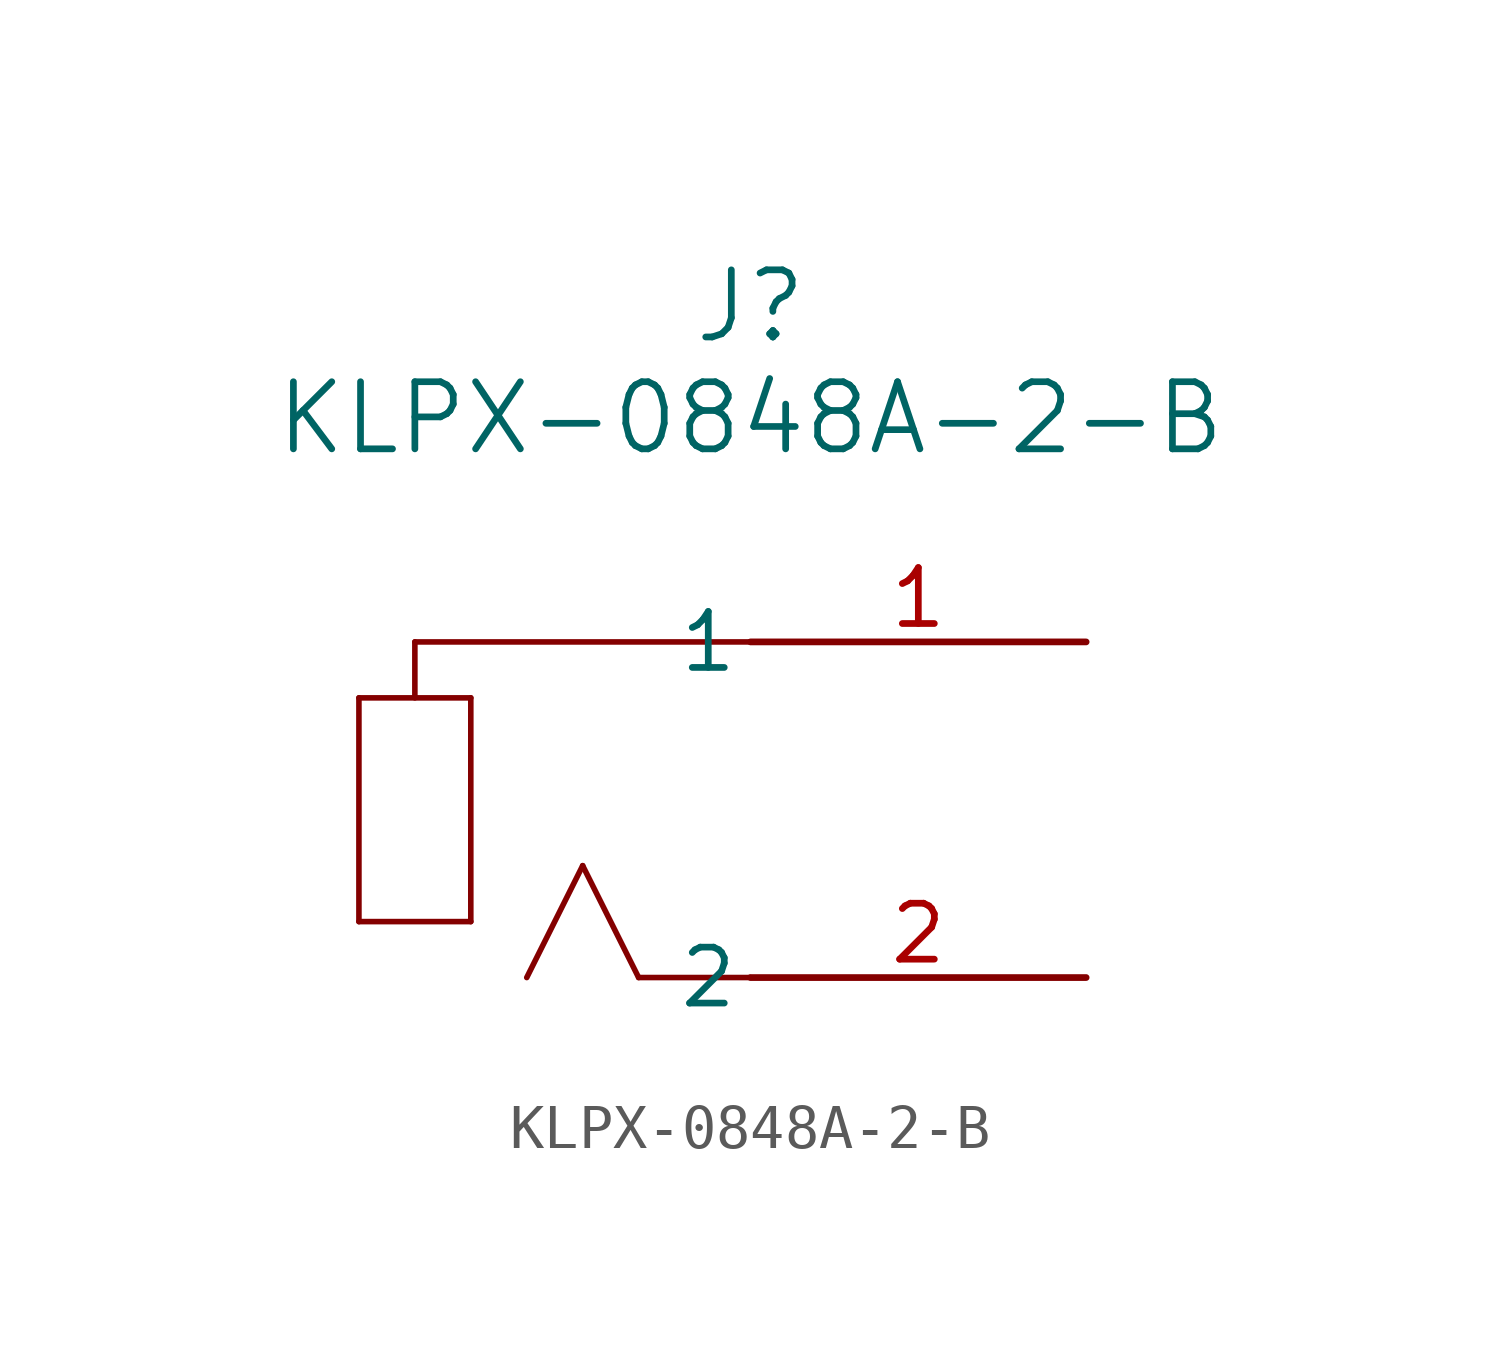
<source format=kicad_sym>
(kicad_symbol_lib
  (version 20211014)
  (generator kicad_symbol_editor)
  (symbol "KLPX-0848A-2-B"
    (pin_names
      (offset 0.254))
    (property "Reference" "J"
      (at -7.62 7.62 0)
      (effects (font (size 1.524 1.524))))
    (property "Value" "KLPX-0848A-2-B"
      (at -7.62 5.08 0)
      (effects (font (size 1.524 1.524))))
    (symbol "KLPX-0848A-2-B_0_1"
      (polyline (pts (xy -16.51 -6.35) (xy -16.51 -1.27)) (stroke (width 0.127) (type default) (color 0 0 0 0)) (fill (type none)))
      (polyline (pts (xy -13.97 -1.27) (xy -13.97 -6.35)) (stroke (width 0.127) (type default) (color 0 0 0 0)) (fill (type none)))
      (polyline (pts (xy -7.62 -7.62) (xy -10.16 -7.62)) (stroke (width 0.127) (type default) (color 0 0 0 0)) (fill (type none)))
      (polyline (pts (xy -10.16 -7.62) (xy -11.43 -5.08)) (stroke (width 0.127) (type default) (color 0 0 0 0)) (fill (type none)))
      (polyline (pts (xy -7.62 0) (xy -15.24 0)) (stroke (width 0.127) (type default) (color 0 0 0 0)) (fill (type none)))
      (polyline (pts (xy -11.43 -5.08) (xy -12.7 -7.62)) (stroke (width 0.127) (type default) (color 0 0 0 0)) (fill (type none)))
      (polyline (pts (xy -16.51 -1.27) (xy -13.97 -1.27)) (stroke (width 0.127) (type default) (color 0 0 0 0)) (fill (type none)))
      (polyline (pts (xy -13.97 -6.35) (xy -16.51 -6.35)) (stroke (width 0.127) (type default) (color 0 0 0 0)) (fill (type none)))
      (polyline (pts (xy -15.24 0) (xy -15.24 -1.27)) (stroke (width 0.127) (type default) (color 0 0 0 0)) (fill (type none)))
      (pin unspecified line (at 0 0 180) (length 7.62) (name "1" (effects (font (size 1.27 1.27)))) (number "1" (effects (font (size 1.27 1.27)))))
      (pin unspecified line (at 0 -7.62 180) (length 7.62) (name "2" (effects (font (size 1.27 1.27)))) (number "2" (effects (font (size 1.27 1.27))))))))
</source>
